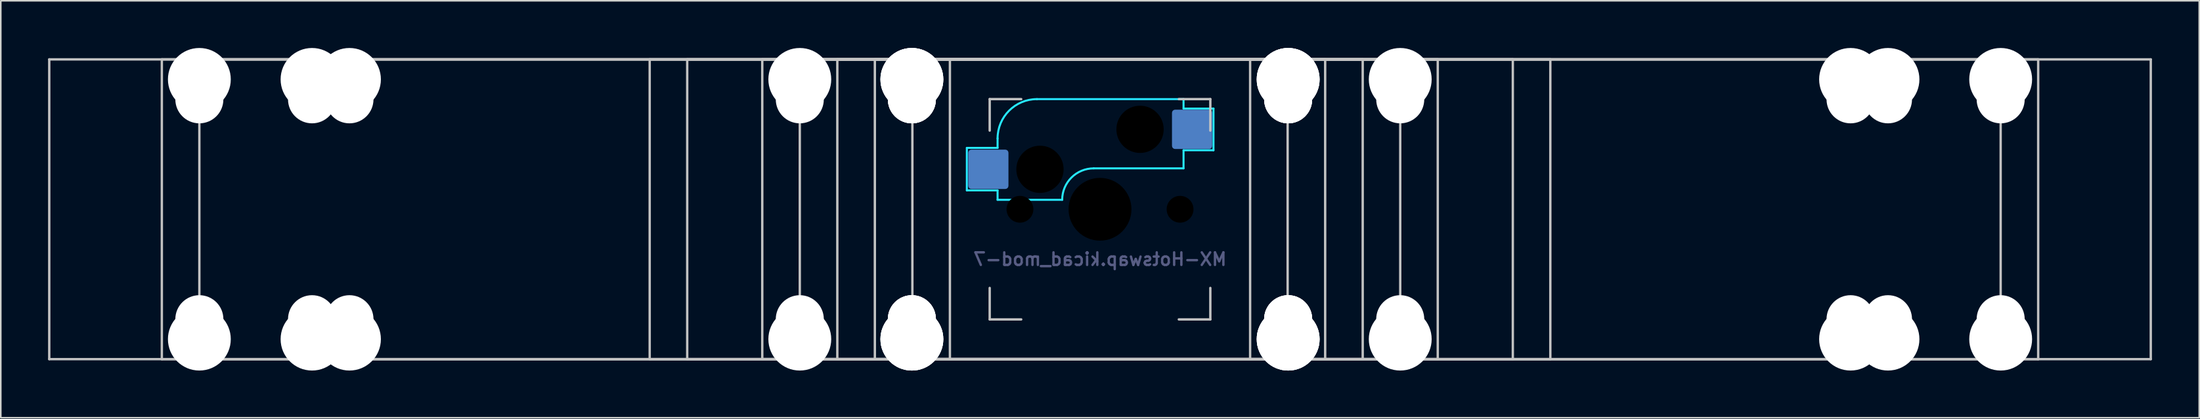
<source format=kicad_pcb>
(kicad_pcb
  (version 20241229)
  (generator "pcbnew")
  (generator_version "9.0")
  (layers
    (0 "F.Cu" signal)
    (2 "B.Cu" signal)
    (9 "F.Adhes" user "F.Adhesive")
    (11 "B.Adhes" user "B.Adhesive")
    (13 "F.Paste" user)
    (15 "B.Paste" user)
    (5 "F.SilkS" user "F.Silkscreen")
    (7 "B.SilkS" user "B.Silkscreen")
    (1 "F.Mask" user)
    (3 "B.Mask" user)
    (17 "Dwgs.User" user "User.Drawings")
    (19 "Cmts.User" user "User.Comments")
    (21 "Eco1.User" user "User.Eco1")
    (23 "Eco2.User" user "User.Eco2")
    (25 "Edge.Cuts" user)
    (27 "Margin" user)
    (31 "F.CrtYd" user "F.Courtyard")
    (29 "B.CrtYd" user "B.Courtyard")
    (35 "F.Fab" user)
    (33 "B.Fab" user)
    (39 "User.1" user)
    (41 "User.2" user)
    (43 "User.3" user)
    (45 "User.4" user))
  (footprint "MX-Hotswap.kicad_mod-7"
    (layer "F.Cu")
    (at 66.75 10.249)
    (property "Reference" "MX-Hotswap.kicad_mod-7" (at 0 3.175 0) (layer "B.Fab") (effects (font (size 0.8 0.8) (thickness 0.15)) (justify mirror)))
    (attr smd)
    (fp_line (start -66.675 9.525) (end -66.675 -9.525) (stroke (width 0.15) (type solid)) (layer "Dwgs.User"))
    (fp_line (start -59.531 9.525) (end -59.531 -9.525) (stroke (width 0.15) (type solid)) (layer "Dwgs.User"))
    (fp_line (start -57.15 9.525) (end -57.15 -9.525) (stroke (width 0.15) (type solid)) (layer "Dwgs.User"))
    (fp_line (start -28.575 9.525) (end -28.575 -9.525) (stroke (width 0.15) (type solid)) (layer "Dwgs.User"))
    (fp_line (start -26.194 9.525) (end -26.194 -9.525) (stroke (width 0.15) (type solid)) (layer "Dwgs.User"))
    (fp_line (start -21.431 9.525) (end -21.431 -9.525) (stroke (width 0.15) (type solid)) (layer "Dwgs.User"))
    (fp_line (start -19.05 9.525) (end -19.05 -9.525) (stroke (width 0.15) (type solid)) (layer "Dwgs.User"))
    (fp_line (start -16.669 9.525) (end -16.669 -9.525) (stroke (width 0.15) (type solid)) (layer "Dwgs.User"))
    (fp_line (start -14.287 9.525) (end -14.287 -9.525) (stroke (width 0.15) (type solid)) (layer "Dwgs.User"))
    (fp_line (start -11.906 9.525) (end -11.906 -9.525) (stroke (width 0.15) (type solid)) (layer "Dwgs.User"))
    (fp_line (start -9.525 9.525) (end -9.525 -9.525) (stroke (width 0.15) (type solid)) (layer "Dwgs.User"))
    (fp_line (start -7 -7) (end -7 -5) (stroke (width 0.15) (type solid)) (layer "Dwgs.User"))
    (fp_line (start -7 5) (end -7 7) (stroke (width 0.15) (type solid)) (layer "Dwgs.User"))
    (fp_line (start -7 7) (end -5 7) (stroke (width 0.15) (type solid)) (layer "Dwgs.User"))
    (fp_line (start -5 -7) (end -7 -7) (stroke (width 0.15) (type solid)) (layer "Dwgs.User"))
    (fp_line (start 5 -7) (end 7 -7) (stroke (width 0.15) (type solid)) (layer "Dwgs.User"))
    (fp_line (start 5 7) (end 7 7) (stroke (width 0.15) (type solid)) (layer "Dwgs.User"))
    (fp_line (start 7 -7) (end 7 -5) (stroke (width 0.15) (type solid)) (layer "Dwgs.User"))
    (fp_line (start 7 7) (end 7 5) (stroke (width 0.15) (type solid)) (layer "Dwgs.User"))
    (fp_line (start 9.525 -9.525) (end -9.525 -9.525) (stroke (width 0.15) (type solid)) (layer "Dwgs.User"))
    (fp_line (start 9.525 9.525) (end -9.525 9.525) (stroke (width 0.15) (type solid)) (layer "Dwgs.User"))
    (fp_line (start 9.525 9.525) (end 9.525 -9.525) (stroke (width 0.15) (type solid)) (layer "Dwgs.User"))
    (fp_line (start 11.906 -9.525) (end -11.906 -9.525) (stroke (width 0.15) (type solid)) (layer "Dwgs.User"))
    (fp_line (start 11.906 9.525) (end -11.906 9.525) (stroke (width 0.15) (type solid)) (layer "Dwgs.User"))
    (fp_line (start 11.906 9.525) (end 11.906 -9.525) (stroke (width 0.15) (type solid)) (layer "Dwgs.User"))
    (fp_line (start 14.287 -9.525) (end -14.287 -9.525) (stroke (width 0.15) (type solid)) (layer "Dwgs.User"))
    (fp_line (start 14.287 9.525) (end -14.287 9.525) (stroke (width 0.15) (type solid)) (layer "Dwgs.User"))
    (fp_line (start 14.287 9.525) (end 14.287 -9.525) (stroke (width 0.15) (type solid)) (layer "Dwgs.User"))
    (fp_line (start 16.669 -9.525) (end -16.669 -9.525) (stroke (width 0.15) (type solid)) (layer "Dwgs.User"))
    (fp_line (start 16.669 9.525) (end -16.669 9.525) (stroke (width 0.15) (type solid)) (layer "Dwgs.User"))
    (fp_line (start 16.669 9.525) (end 16.669 -9.525) (stroke (width 0.15) (type solid)) (layer "Dwgs.User"))
    (fp_line (start 19.05 -9.525) (end -19.05 -9.525) (stroke (width 0.15) (type solid)) (layer "Dwgs.User"))
    (fp_line (start 19.05 9.525) (end -19.05 9.525) (stroke (width 0.15) (type solid)) (layer "Dwgs.User"))
    (fp_line (start 19.05 9.525) (end 19.05 -9.525) (stroke (width 0.15) (type solid)) (layer "Dwgs.User"))
    (fp_line (start 21.431 -9.525) (end -21.431 -9.525) (stroke (width 0.15) (type solid)) (layer "Dwgs.User"))
    (fp_line (start 21.431 9.525) (end -21.431 9.525) (stroke (width 0.15) (type solid)) (layer "Dwgs.User"))
    (fp_line (start 21.431 9.525) (end 21.431 -9.525) (stroke (width 0.15) (type solid)) (layer "Dwgs.User"))
    (fp_line (start 26.194 -9.525) (end -26.194 -9.525) (stroke (width 0.15) (type solid)) (layer "Dwgs.User"))
    (fp_line (start 26.194 9.525) (end -26.194 9.525) (stroke (width 0.15) (type solid)) (layer "Dwgs.User"))
    (fp_line (start 26.194 9.525) (end 26.194 -9.525) (stroke (width 0.15) (type solid)) (layer "Dwgs.User"))
    (fp_line (start 28.575 -9.525) (end -28.575 -9.525) (stroke (width 0.15) (type solid)) (layer "Dwgs.User"))
    (fp_line (start 28.575 9.525) (end -28.575 9.525) (stroke (width 0.15) (type solid)) (layer "Dwgs.User"))
    (fp_line (start 28.575 9.525) (end 28.575 -9.525) (stroke (width 0.15) (type solid)) (layer "Dwgs.User"))
    (fp_line (start 57.15 -9.525) (end -57.15 -9.525) (stroke (width 0.15) (type solid)) (layer "Dwgs.User"))
    (fp_line (start 57.15 9.525) (end -57.15 9.525) (stroke (width 0.15) (type solid)) (layer "Dwgs.User"))
    (fp_line (start 57.15 9.525) (end 57.15 -9.525) (stroke (width 0.15) (type solid)) (layer "Dwgs.User"))
    (fp_line (start 59.531 -9.525) (end -59.531 -9.525) (stroke (width 0.15) (type solid)) (layer "Dwgs.User"))
    (fp_line (start 59.531 9.525) (end -59.531 9.525) (stroke (width 0.15) (type solid)) (layer "Dwgs.User"))
    (fp_line (start 59.531 9.525) (end 59.531 -9.525) (stroke (width 0.15) (type solid)) (layer "Dwgs.User"))
    (fp_line (start 66.675 -9.525) (end -66.675 -9.525) (stroke (width 0.15) (type solid)) (layer "Dwgs.User"))
    (fp_line (start 66.675 9.525) (end -66.675 9.525) (stroke (width 0.15) (type solid)) (layer "Dwgs.User"))
    (fp_line (start 66.675 9.525) (end 66.675 -9.525) (stroke (width 0.15) (type solid)) (layer "Dwgs.User"))
    (fp_line (start -8.45 -3.9) (end -8.45 -1.2) (stroke (width 0.127) (type solid)) (layer "B.CrtYd"))
    (fp_line (start -8.45 -1.2) (end -6.5 -1.2) (stroke (width 0.127) (type solid)) (layer "B.CrtYd"))
    (fp_line (start -6.5 -4.5) (end -6.5 -3.9) (stroke (width 0.127) (type solid)) (layer "B.CrtYd"))
    (fp_line (start -6.5 -3.9) (end -8.45 -3.9) (stroke (width 0.127) (type solid)) (layer "B.CrtYd"))
    (fp_line (start -6.5 -0.6) (end -6.5 -1.2) (stroke (width 0.127) (type solid)) (layer "B.CrtYd"))
    (fp_line (start -6.5 -0.6) (end -2.4 -0.6) (stroke (width 0.127) (type solid)) (layer "B.CrtYd"))
    (fp_line (start -0.4 -2.6) (end 5.3 -2.6) (stroke (width 0.127) (type solid)) (layer "B.CrtYd"))
    (fp_line (start 5.3 -7) (end -4 -7) (stroke (width 0.127) (type solid)) (layer "B.CrtYd"))
    (fp_line (start 5.3 -7) (end 5.3 -6.4) (stroke (width 0.127) (type solid)) (layer "B.CrtYd"))
    (fp_line (start 5.3 -6.4) (end 7.2 -6.4) (stroke (width 0.127) (type solid)) (layer "B.CrtYd"))
    (fp_line (start 5.3 -2.6) (end 5.3 -3.75) (stroke (width 0.127) (type solid)) (layer "B.CrtYd"))
    (fp_line (start 7.2 -6.4) (end 7.2 -3.75) (stroke (width 0.127) (type solid)) (layer "B.CrtYd"))
    (fp_line (start 7.2 -3.75) (end 5.3 -3.75) (stroke (width 0.127) (type solid)) (layer "B.CrtYd"))
    (fp_arc (start -6.5 -4.5) (mid -5.767767 -6.267767) (end -4 -7) (stroke (width 0.127) (type solid)) (layer "B.CrtYd"))
    (fp_arc (start -2.4 -0.6) (mid -1.814214 -2.014214) (end -0.4 -2.6) (stroke (width 0.127) (type solid)) (layer "B.CrtYd"))
    (pad "" np_thru_hole circle (at -57.15 -8.255) (size 3.988 3.988) (drill 3.988) (layers "*.Cu" "*.Mask"))
    (pad "" np_thru_hole circle (at -57.15 -6.985) (size 3.048 3.048) (drill 3.048) (layers "*.Cu" "*.Mask"))
    (pad "" np_thru_hole circle (at -57.15 6.985) (size 3.048 3.048) (drill 3.048) (layers "*.Cu" "*.Mask"))
    (pad "" np_thru_hole circle (at -57.15 8.255) (size 3.988 3.988) (drill 3.988) (layers "*.Cu" "*.Mask"))
    (pad "" np_thru_hole circle (at -50 -8.255) (size 3.988 3.988) (drill 3.988) (layers "*.Cu" "*.Mask"))
    (pad "" np_thru_hole circle (at -50 -6.985) (size 3.048 3.048) (drill 3.048) (layers "*.Cu" "*.Mask"))
    (pad "" np_thru_hole circle (at -50 6.985) (size 3.048 3.048) (drill 3.048) (layers "*.Cu" "*.Mask"))
    (pad "" np_thru_hole circle (at -50 8.255) (size 3.988 3.988) (drill 3.988) (layers "*.Cu" "*.Mask"))
    (pad "" np_thru_hole circle (at -47.625 -8.255) (size 3.988 3.988) (drill 3.988) (layers "*.Cu" "*.Mask"))
    (pad "" np_thru_hole circle (at -47.625 -6.985) (size 3.048 3.048) (drill 3.048) (layers "*.Cu" "*.Mask"))
    (pad "" np_thru_hole circle (at -47.625 6.985) (size 3.048 3.048) (drill 3.048) (layers "*.Cu" "*.Mask"))
    (pad "" np_thru_hole circle (at -47.625 8.255) (size 3.988 3.988) (drill 3.988) (layers "*.Cu" "*.Mask"))
    (pad "" np_thru_hole circle (at -19.05 -8.255) (size 3.988 3.988) (drill 3.988) (layers "*.Cu" "*.Mask"))
    (pad "" np_thru_hole circle (at -19.05 -6.985) (size 3.048 3.048) (drill 3.048) (layers "*.Cu" "*.Mask"))
    (pad "" np_thru_hole circle (at -19.05 6.985) (size 3.048 3.048) (drill 3.048) (layers "*.Cu" "*.Mask"))
    (pad "" np_thru_hole circle (at -19.05 8.255) (size 3.988 3.988) (drill 3.988) (layers "*.Cu" "*.Mask"))
    (pad "" np_thru_hole circle (at -11.938 -8.255) (size 3.988 3.988) (drill 3.988) (layers "*.Cu" "*.Mask"))
    (pad "" np_thru_hole circle (at -11.938 -8.255) (size 3.988 3.988) (drill 3.988) (layers "*.Cu" "*.Mask"))
    (pad "" np_thru_hole circle (at -11.938 -8.255) (size 3.988 3.988) (drill 3.988) (layers "*.Cu" "*.Mask"))
    (pad "" np_thru_hole circle (at -11.938 -6.985) (size 3.048 3.048) (drill 3.048) (layers "*.Cu" "*.Mask"))
    (pad "" np_thru_hole circle (at -11.938 -6.985) (size 3.048 3.048) (drill 3.048) (layers "*.Cu" "*.Mask"))
    (pad "" np_thru_hole circle (at -11.938 -6.985) (size 3.048 3.048) (drill 3.048) (layers "*.Cu" "*.Mask"))
    (pad "" np_thru_hole circle (at -11.938 6.985) (size 3.048 3.048) (drill 3.048) (layers "*.Cu" "*.Mask"))
    (pad "" np_thru_hole circle (at -11.938 6.985) (size 3.048 3.048) (drill 3.048) (layers "*.Cu" "*.Mask"))
    (pad "" np_thru_hole circle (at -11.938 6.985) (size 3.048 3.048) (drill 3.048) (layers "*.Cu" "*.Mask"))
    (pad "" np_thru_hole circle (at -11.938 8.255) (size 3.988 3.988) (drill 3.988) (layers "*.Cu" "*.Mask"))
    (pad "" np_thru_hole circle (at -11.938 8.255) (size 3.988 3.988) (drill 3.988) (layers "*.Cu" "*.Mask"))
    (pad "" np_thru_hole circle (at -11.938 8.255) (size 3.988 3.988) (drill 3.988) (layers "*.Cu" "*.Mask"))
    (pad "" np_thru_hole circle (at -5.08 0 48.099) (size 1.702 1.702) (drill 1.702) (layers "*.Mask"))
    (pad "" np_thru_hole circle (at -3.81 -2.54) (size 3 3) (drill 3) (layers "*.Mask"))
    (pad "" np_thru_hole circle (at 0 0) (size 3.988 3.988) (drill 3.988) (layers "*.Mask"))
    (pad "" np_thru_hole circle (at 2.54 -5.08) (size 3 3) (drill 3) (layers "*.Mask"))
    (pad "" np_thru_hole circle (at 5.08 0 48.099) (size 1.702 1.702) (drill 1.702) (layers "*.Mask"))
    (pad "" np_thru_hole circle (at 11.938 -8.255) (size 3.988 3.988) (drill 3.988) (layers "*.Cu" "*.Mask"))
    (pad "" np_thru_hole circle (at 11.938 -8.255) (size 3.988 3.988) (drill 3.988) (layers "*.Cu" "*.Mask"))
    (pad "" np_thru_hole circle (at 11.938 -8.255) (size 3.988 3.988) (drill 3.988) (layers "*.Cu" "*.Mask"))
    (pad "" np_thru_hole circle (at 11.938 -6.985) (size 3.048 3.048) (drill 3.048) (layers "*.Cu" "*.Mask"))
    (pad "" np_thru_hole circle (at 11.938 -6.985) (size 3.048 3.048) (drill 3.048) (layers "*.Cu" "*.Mask"))
    (pad "" np_thru_hole circle (at 11.938 -6.985) (size 3.048 3.048) (drill 3.048) (layers "*.Cu" "*.Mask"))
    (pad "" np_thru_hole circle (at 11.938 6.985) (size 3.048 3.048) (drill 3.048) (layers "*.Cu" "*.Mask"))
    (pad "" np_thru_hole circle (at 11.938 6.985) (size 3.048 3.048) (drill 3.048) (layers "*.Cu" "*.Mask"))
    (pad "" np_thru_hole circle (at 11.938 6.985) (size 3.048 3.048) (drill 3.048) (layers "*.Cu" "*.Mask"))
    (pad "" np_thru_hole circle (at 11.938 8.255) (size 3.988 3.988) (drill 3.988) (layers "*.Cu" "*.Mask"))
    (pad "" np_thru_hole circle (at 11.938 8.255) (size 3.988 3.988) (drill 3.988) (layers "*.Cu" "*.Mask"))
    (pad "" np_thru_hole circle (at 11.938 8.255) (size 3.988 3.988) (drill 3.988) (layers "*.Cu" "*.Mask"))
    (pad "" np_thru_hole circle (at 19.05 -8.255) (size 3.988 3.988) (drill 3.988) (layers "*.Cu" "*.Mask"))
    (pad "" np_thru_hole circle (at 19.05 -6.985) (size 3.048 3.048) (drill 3.048) (layers "*.Cu" "*.Mask"))
    (pad "" np_thru_hole circle (at 19.05 6.985) (size 3.048 3.048) (drill 3.048) (layers "*.Cu" "*.Mask"))
    (pad "" np_thru_hole circle (at 19.05 8.255) (size 3.988 3.988) (drill 3.988) (layers "*.Cu" "*.Mask"))
    (pad "" np_thru_hole circle (at 47.625 -8.255) (size 3.988 3.988) (drill 3.988) (layers "*.Cu" "*.Mask"))
    (pad "" np_thru_hole circle (at 47.625 -6.985) (size 3.048 3.048) (drill 3.048) (layers "*.Cu" "*.Mask"))
    (pad "" np_thru_hole circle (at 47.625 6.985) (size 3.048 3.048) (drill 3.048) (layers "*.Cu" "*.Mask"))
    (pad "" np_thru_hole circle (at 47.625 8.255) (size 3.988 3.988) (drill 3.988) (layers "*.Cu" "*.Mask"))
    (pad "" np_thru_hole circle (at 50 -8.255) (size 3.988 3.988) (drill 3.988) (layers "*.Cu" "*.Mask"))
    (pad "" np_thru_hole circle (at 50 -6.985) (size 3.048 3.048) (drill 3.048) (layers "*.Cu" "*.Mask"))
    (pad "" np_thru_hole circle (at 50 6.985) (size 3.048 3.048) (drill 3.048) (layers "*.Cu" "*.Mask"))
    (pad "" np_thru_hole circle (at 50 8.255) (size 3.988 3.988) (drill 3.988) (layers "*.Cu" "*.Mask"))
    (pad "" np_thru_hole circle (at 57.15 -8.255) (size 3.988 3.988) (drill 3.988) (layers "*.Cu" "*.Mask"))
    (pad "" np_thru_hole circle (at 57.15 -6.985) (size 3.048 3.048) (drill 3.048) (layers "*.Cu" "*.Mask"))
    (pad "" np_thru_hole circle (at 57.15 6.985) (size 3.048 3.048) (drill 3.048) (layers "*.Cu" "*.Mask"))
    (pad "" np_thru_hole circle (at 57.15 8.255) (size 3.988 3.988) (drill 3.988) (layers "*.Cu" "*.Mask"))
    (pad "1" smd roundrect (at -7.085 -2.54) (size 2.55 2.5) (layers "B.Cu" "B.Mask" "B.Paste") (roundrect_rratio 0.08))
    (pad "2" smd roundrect (at 5.842 -5.08) (size 2.55 2.5) (layers "B.Cu" "B.Mask" "B.Paste") (roundrect_rratio 0.08)))
  (gr_rect
    (start -3 -3)
    (end 136.5 23.498)
    (stroke (width 0.1) (type default))
    (fill no)
    (layer "Edge.Cuts")))
</source>
